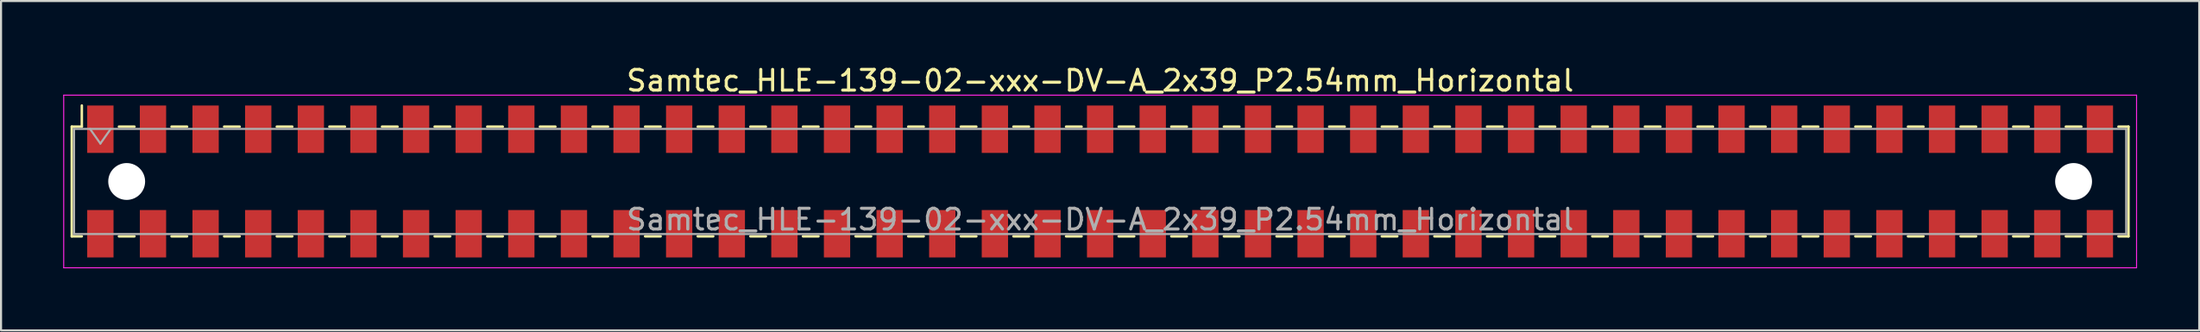
<source format=kicad_pcb>
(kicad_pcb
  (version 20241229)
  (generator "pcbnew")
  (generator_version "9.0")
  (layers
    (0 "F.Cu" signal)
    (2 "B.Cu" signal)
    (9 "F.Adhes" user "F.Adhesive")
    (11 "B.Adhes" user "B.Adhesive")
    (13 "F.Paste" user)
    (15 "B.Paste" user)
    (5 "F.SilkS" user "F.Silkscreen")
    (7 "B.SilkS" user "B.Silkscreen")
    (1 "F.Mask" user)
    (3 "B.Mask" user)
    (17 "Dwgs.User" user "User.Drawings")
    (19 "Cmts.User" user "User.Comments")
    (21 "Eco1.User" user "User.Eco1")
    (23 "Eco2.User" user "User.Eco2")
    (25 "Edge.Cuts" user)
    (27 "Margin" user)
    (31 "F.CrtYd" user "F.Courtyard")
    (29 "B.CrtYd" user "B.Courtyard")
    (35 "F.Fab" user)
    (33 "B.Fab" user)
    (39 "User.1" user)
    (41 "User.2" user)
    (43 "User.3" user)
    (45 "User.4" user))
  (footprint "Samtec_HLE-139-02-xxx-DV-A_2x39_P2.54mm_Horizontal"
    (layer "F.Cu")
    (at 50.055 5.718)
    (property "Reference" "Samtec_HLE-139-02-xxx-DV-A_2x39_P2.54mm_Horizontal" (at 0 -4.87 0) (layer "F.SilkS") (effects (font (size 1 1) (thickness 0.15))))
    (attr smd)
    (fp_line (start -49.64 -2.65) (end -49.64 2.65) (stroke (width 0.12) (type solid)) (layer "F.SilkS"))
    (fp_line (start -49.64 2.65) (end -49.155 2.65) (stroke (width 0.12) (type solid)) (layer "F.SilkS"))
    (fp_line (start -49.155 -3.67) (end -49.155 -2.65) (stroke (width 0.12) (type solid)) (layer "F.SilkS"))
    (fp_line (start -49.155 -2.65) (end -49.64 -2.65) (stroke (width 0.12) (type solid)) (layer "F.SilkS"))
    (fp_line (start -47.365 -2.65) (end -46.615 -2.65) (stroke (width 0.12) (type solid)) (layer "F.SilkS"))
    (fp_line (start -47.365 2.65) (end -46.615 2.65) (stroke (width 0.12) (type solid)) (layer "F.SilkS"))
    (fp_line (start -44.825 -2.65) (end -44.075 -2.65) (stroke (width 0.12) (type solid)) (layer "F.SilkS"))
    (fp_line (start -44.825 2.65) (end -44.075 2.65) (stroke (width 0.12) (type solid)) (layer "F.SilkS"))
    (fp_line (start -42.285 -2.65) (end -41.535 -2.65) (stroke (width 0.12) (type solid)) (layer "F.SilkS"))
    (fp_line (start -42.285 2.65) (end -41.535 2.65) (stroke (width 0.12) (type solid)) (layer "F.SilkS"))
    (fp_line (start -39.745 -2.65) (end -38.995 -2.65) (stroke (width 0.12) (type solid)) (layer "F.SilkS"))
    (fp_line (start -39.745 2.65) (end -38.995 2.65) (stroke (width 0.12) (type solid)) (layer "F.SilkS"))
    (fp_line (start -37.205 -2.65) (end -36.455 -2.65) (stroke (width 0.12) (type solid)) (layer "F.SilkS"))
    (fp_line (start -37.205 2.65) (end -36.455 2.65) (stroke (width 0.12) (type solid)) (layer "F.SilkS"))
    (fp_line (start -34.665 -2.65) (end -33.915 -2.65) (stroke (width 0.12) (type solid)) (layer "F.SilkS"))
    (fp_line (start -34.665 2.65) (end -33.915 2.65) (stroke (width 0.12) (type solid)) (layer "F.SilkS"))
    (fp_line (start -32.125 -2.65) (end -31.375 -2.65) (stroke (width 0.12) (type solid)) (layer "F.SilkS"))
    (fp_line (start -32.125 2.65) (end -31.375 2.65) (stroke (width 0.12) (type solid)) (layer "F.SilkS"))
    (fp_line (start -29.585 -2.65) (end -28.835 -2.65) (stroke (width 0.12) (type solid)) (layer "F.SilkS"))
    (fp_line (start -29.585 2.65) (end -28.835 2.65) (stroke (width 0.12) (type solid)) (layer "F.SilkS"))
    (fp_line (start -27.045 -2.65) (end -26.295 -2.65) (stroke (width 0.12) (type solid)) (layer "F.SilkS"))
    (fp_line (start -27.045 2.65) (end -26.295 2.65) (stroke (width 0.12) (type solid)) (layer "F.SilkS"))
    (fp_line (start -24.505 -2.65) (end -23.755 -2.65) (stroke (width 0.12) (type solid)) (layer "F.SilkS"))
    (fp_line (start -24.505 2.65) (end -23.755 2.65) (stroke (width 0.12) (type solid)) (layer "F.SilkS"))
    (fp_line (start -21.965 -2.65) (end -21.215 -2.65) (stroke (width 0.12) (type solid)) (layer "F.SilkS"))
    (fp_line (start -21.965 2.65) (end -21.215 2.65) (stroke (width 0.12) (type solid)) (layer "F.SilkS"))
    (fp_line (start -19.425 -2.65) (end -18.675 -2.65) (stroke (width 0.12) (type solid)) (layer "F.SilkS"))
    (fp_line (start -19.425 2.65) (end -18.675 2.65) (stroke (width 0.12) (type solid)) (layer "F.SilkS"))
    (fp_line (start -16.885 -2.65) (end -16.135 -2.65) (stroke (width 0.12) (type solid)) (layer "F.SilkS"))
    (fp_line (start -16.885 2.65) (end -16.135 2.65) (stroke (width 0.12) (type solid)) (layer "F.SilkS"))
    (fp_line (start -14.345 -2.65) (end -13.595 -2.65) (stroke (width 0.12) (type solid)) (layer "F.SilkS"))
    (fp_line (start -14.345 2.65) (end -13.595 2.65) (stroke (width 0.12) (type solid)) (layer "F.SilkS"))
    (fp_line (start -11.805 -2.65) (end -11.055 -2.65) (stroke (width 0.12) (type solid)) (layer "F.SilkS"))
    (fp_line (start -11.805 2.65) (end -11.055 2.65) (stroke (width 0.12) (type solid)) (layer "F.SilkS"))
    (fp_line (start -9.265 -2.65) (end -8.515 -2.65) (stroke (width 0.12) (type solid)) (layer "F.SilkS"))
    (fp_line (start -9.265 2.65) (end -8.515 2.65) (stroke (width 0.12) (type solid)) (layer "F.SilkS"))
    (fp_line (start -6.725 -2.65) (end -5.975 -2.65) (stroke (width 0.12) (type solid)) (layer "F.SilkS"))
    (fp_line (start -6.725 2.65) (end -5.975 2.65) (stroke (width 0.12) (type solid)) (layer "F.SilkS"))
    (fp_line (start -4.185 -2.65) (end -3.435 -2.65) (stroke (width 0.12) (type solid)) (layer "F.SilkS"))
    (fp_line (start -4.185 2.65) (end -3.435 2.65) (stroke (width 0.12) (type solid)) (layer "F.SilkS"))
    (fp_line (start -1.645 -2.65) (end -0.895 -2.65) (stroke (width 0.12) (type solid)) (layer "F.SilkS"))
    (fp_line (start -1.645 2.65) (end -0.895 2.65) (stroke (width 0.12) (type solid)) (layer "F.SilkS"))
    (fp_line (start 0.895 -2.65) (end 1.645 -2.65) (stroke (width 0.12) (type solid)) (layer "F.SilkS"))
    (fp_line (start 0.895 2.65) (end 1.645 2.65) (stroke (width 0.12) (type solid)) (layer "F.SilkS"))
    (fp_line (start 3.435 -2.65) (end 4.185 -2.65) (stroke (width 0.12) (type solid)) (layer "F.SilkS"))
    (fp_line (start 3.435 2.65) (end 4.185 2.65) (stroke (width 0.12) (type solid)) (layer "F.SilkS"))
    (fp_line (start 5.975 -2.65) (end 6.725 -2.65) (stroke (width 0.12) (type solid)) (layer "F.SilkS"))
    (fp_line (start 5.975 2.65) (end 6.725 2.65) (stroke (width 0.12) (type solid)) (layer "F.SilkS"))
    (fp_line (start 8.515 -2.65) (end 9.265 -2.65) (stroke (width 0.12) (type solid)) (layer "F.SilkS"))
    (fp_line (start 8.515 2.65) (end 9.265 2.65) (stroke (width 0.12) (type solid)) (layer "F.SilkS"))
    (fp_line (start 11.055 -2.65) (end 11.805 -2.65) (stroke (width 0.12) (type solid)) (layer "F.SilkS"))
    (fp_line (start 11.055 2.65) (end 11.805 2.65) (stroke (width 0.12) (type solid)) (layer "F.SilkS"))
    (fp_line (start 13.595 -2.65) (end 14.345 -2.65) (stroke (width 0.12) (type solid)) (layer "F.SilkS"))
    (fp_line (start 13.595 2.65) (end 14.345 2.65) (stroke (width 0.12) (type solid)) (layer "F.SilkS"))
    (fp_line (start 16.135 -2.65) (end 16.885 -2.65) (stroke (width 0.12) (type solid)) (layer "F.SilkS"))
    (fp_line (start 16.135 2.65) (end 16.885 2.65) (stroke (width 0.12) (type solid)) (layer "F.SilkS"))
    (fp_line (start 18.675 -2.65) (end 19.425 -2.65) (stroke (width 0.12) (type solid)) (layer "F.SilkS"))
    (fp_line (start 18.675 2.65) (end 19.425 2.65) (stroke (width 0.12) (type solid)) (layer "F.SilkS"))
    (fp_line (start 21.215 -2.65) (end 21.965 -2.65) (stroke (width 0.12) (type solid)) (layer "F.SilkS"))
    (fp_line (start 21.215 2.65) (end 21.965 2.65) (stroke (width 0.12) (type solid)) (layer "F.SilkS"))
    (fp_line (start 23.755 -2.65) (end 24.505 -2.65) (stroke (width 0.12) (type solid)) (layer "F.SilkS"))
    (fp_line (start 23.755 2.65) (end 24.505 2.65) (stroke (width 0.12) (type solid)) (layer "F.SilkS"))
    (fp_line (start 26.295 -2.65) (end 27.045 -2.65) (stroke (width 0.12) (type solid)) (layer "F.SilkS"))
    (fp_line (start 26.295 2.65) (end 27.045 2.65) (stroke (width 0.12) (type solid)) (layer "F.SilkS"))
    (fp_line (start 28.835 -2.65) (end 29.585 -2.65) (stroke (width 0.12) (type solid)) (layer "F.SilkS"))
    (fp_line (start 28.835 2.65) (end 29.585 2.65) (stroke (width 0.12) (type solid)) (layer "F.SilkS"))
    (fp_line (start 31.375 -2.65) (end 32.125 -2.65) (stroke (width 0.12) (type solid)) (layer "F.SilkS"))
    (fp_line (start 31.375 2.65) (end 32.125 2.65) (stroke (width 0.12) (type solid)) (layer "F.SilkS"))
    (fp_line (start 33.915 -2.65) (end 34.665 -2.65) (stroke (width 0.12) (type solid)) (layer "F.SilkS"))
    (fp_line (start 33.915 2.65) (end 34.665 2.65) (stroke (width 0.12) (type solid)) (layer "F.SilkS"))
    (fp_line (start 36.455 -2.65) (end 37.205 -2.65) (stroke (width 0.12) (type solid)) (layer "F.SilkS"))
    (fp_line (start 36.455 2.65) (end 37.205 2.65) (stroke (width 0.12) (type solid)) (layer "F.SilkS"))
    (fp_line (start 38.995 -2.65) (end 39.745 -2.65) (stroke (width 0.12) (type solid)) (layer "F.SilkS"))
    (fp_line (start 38.995 2.65) (end 39.745 2.65) (stroke (width 0.12) (type solid)) (layer "F.SilkS"))
    (fp_line (start 41.535 -2.65) (end 42.285 -2.65) (stroke (width 0.12) (type solid)) (layer "F.SilkS"))
    (fp_line (start 41.535 2.65) (end 42.285 2.65) (stroke (width 0.12) (type solid)) (layer "F.SilkS"))
    (fp_line (start 44.075 -2.65) (end 44.825 -2.65) (stroke (width 0.12) (type solid)) (layer "F.SilkS"))
    (fp_line (start 44.075 2.65) (end 44.825 2.65) (stroke (width 0.12) (type solid)) (layer "F.SilkS"))
    (fp_line (start 46.615 -2.65) (end 47.365 -2.65) (stroke (width 0.12) (type solid)) (layer "F.SilkS"))
    (fp_line (start 46.615 2.65) (end 47.365 2.65) (stroke (width 0.12) (type solid)) (layer "F.SilkS"))
    (fp_line (start 49.155 -2.65) (end 49.64 -2.65) (stroke (width 0.12) (type solid)) (layer "F.SilkS"))
    (fp_line (start 49.64 -2.65) (end 49.64 2.65) (stroke (width 0.12) (type solid)) (layer "F.SilkS"))
    (fp_line (start 49.64 2.65) (end 49.155 2.65) (stroke (width 0.12) (type solid)) (layer "F.SilkS"))
    (fp_line (start -50.03 -4.17) (end 50.03 -4.17) (stroke (width 0.05) (type solid)) (layer "F.CrtYd"))
    (fp_line (start -50.03 4.17) (end -50.03 -4.17) (stroke (width 0.05) (type solid)) (layer "F.CrtYd"))
    (fp_line (start 50.03 -4.17) (end 50.03 4.17) (stroke (width 0.05) (type solid)) (layer "F.CrtYd"))
    (fp_line (start 50.03 4.17) (end -50.03 4.17) (stroke (width 0.05) (type solid)) (layer "F.CrtYd"))
    (fp_line (start -49.53 -2.54) (end 49.53 -2.54) (stroke (width 0.1) (type solid)) (layer "F.Fab"))
    (fp_line (start -49.53 2.54) (end -49.53 -2.54) (stroke (width 0.1) (type solid)) (layer "F.Fab"))
    (fp_line (start -48.76 -2.54) (end -48.26 -1.833) (stroke (width 0.1) (type solid)) (layer "F.Fab"))
    (fp_line (start -48.26 -1.833) (end -47.76 -2.54) (stroke (width 0.1) (type solid)) (layer "F.Fab"))
    (fp_line (start 49.53 -2.54) (end 49.53 2.54) (stroke (width 0.1) (type solid)) (layer "F.Fab"))
    (fp_line (start 49.53 2.54) (end -49.53 2.54) (stroke (width 0.1) (type solid)) (layer "F.Fab"))
    (fp_text user "${REFERENCE}" (at 0 1.84 0) (layer "F.Fab") (effects (font (size 1 1) (thickness 0.15))))
    (pad "" np_thru_hole circle (at -46.99 0) (size 1.78 1.78) (drill 1.78) (layers "*.Cu" "*.Mask"))
    (pad "" np_thru_hole circle (at 46.99 0) (size 1.78 1.78) (drill 1.78) (layers "*.Cu" "*.Mask"))
    (pad "1" smd rect (at -48.26 -2.525) (size 1.27 2.29) (layers "F.Cu" "F.Mask" "F.Paste"))
    (pad "2" smd rect (at -48.26 2.525) (size 1.27 2.29) (layers "F.Cu" "F.Mask" "F.Paste"))
    (pad "3" smd rect (at -45.72 -2.525) (size 1.27 2.29) (layers "F.Cu" "F.Mask" "F.Paste"))
    (pad "4" smd rect (at -45.72 2.525) (size 1.27 2.29) (layers "F.Cu" "F.Mask" "F.Paste"))
    (pad "5" smd rect (at -43.18 -2.525) (size 1.27 2.29) (layers "F.Cu" "F.Mask" "F.Paste"))
    (pad "6" smd rect (at -43.18 2.525) (size 1.27 2.29) (layers "F.Cu" "F.Mask" "F.Paste"))
    (pad "7" smd rect (at -40.64 -2.525) (size 1.27 2.29) (layers "F.Cu" "F.Mask" "F.Paste"))
    (pad "8" smd rect (at -40.64 2.525) (size 1.27 2.29) (layers "F.Cu" "F.Mask" "F.Paste"))
    (pad "9" smd rect (at -38.1 -2.525) (size 1.27 2.29) (layers "F.Cu" "F.Mask" "F.Paste"))
    (pad "10" smd rect (at -38.1 2.525) (size 1.27 2.29) (layers "F.Cu" "F.Mask" "F.Paste"))
    (pad "11" smd rect (at -35.56 -2.525) (size 1.27 2.29) (layers "F.Cu" "F.Mask" "F.Paste"))
    (pad "12" smd rect (at -35.56 2.525) (size 1.27 2.29) (layers "F.Cu" "F.Mask" "F.Paste"))
    (pad "13" smd rect (at -33.02 -2.525) (size 1.27 2.29) (layers "F.Cu" "F.Mask" "F.Paste"))
    (pad "14" smd rect (at -33.02 2.525) (size 1.27 2.29) (layers "F.Cu" "F.Mask" "F.Paste"))
    (pad "15" smd rect (at -30.48 -2.525) (size 1.27 2.29) (layers "F.Cu" "F.Mask" "F.Paste"))
    (pad "16" smd rect (at -30.48 2.525) (size 1.27 2.29) (layers "F.Cu" "F.Mask" "F.Paste"))
    (pad "17" smd rect (at -27.94 -2.525) (size 1.27 2.29) (layers "F.Cu" "F.Mask" "F.Paste"))
    (pad "18" smd rect (at -27.94 2.525) (size 1.27 2.29) (layers "F.Cu" "F.Mask" "F.Paste"))
    (pad "19" smd rect (at -25.4 -2.525) (size 1.27 2.29) (layers "F.Cu" "F.Mask" "F.Paste"))
    (pad "20" smd rect (at -25.4 2.525) (size 1.27 2.29) (layers "F.Cu" "F.Mask" "F.Paste"))
    (pad "21" smd rect (at -22.86 -2.525) (size 1.27 2.29) (layers "F.Cu" "F.Mask" "F.Paste"))
    (pad "22" smd rect (at -22.86 2.525) (size 1.27 2.29) (layers "F.Cu" "F.Mask" "F.Paste"))
    (pad "23" smd rect (at -20.32 -2.525) (size 1.27 2.29) (layers "F.Cu" "F.Mask" "F.Paste"))
    (pad "24" smd rect (at -20.32 2.525) (size 1.27 2.29) (layers "F.Cu" "F.Mask" "F.Paste"))
    (pad "25" smd rect (at -17.78 -2.525) (size 1.27 2.29) (layers "F.Cu" "F.Mask" "F.Paste"))
    (pad "26" smd rect (at -17.78 2.525) (size 1.27 2.29) (layers "F.Cu" "F.Mask" "F.Paste"))
    (pad "27" smd rect (at -15.24 -2.525) (size 1.27 2.29) (layers "F.Cu" "F.Mask" "F.Paste"))
    (pad "28" smd rect (at -15.24 2.525) (size 1.27 2.29) (layers "F.Cu" "F.Mask" "F.Paste"))
    (pad "29" smd rect (at -12.7 -2.525) (size 1.27 2.29) (layers "F.Cu" "F.Mask" "F.Paste"))
    (pad "30" smd rect (at -12.7 2.525) (size 1.27 2.29) (layers "F.Cu" "F.Mask" "F.Paste"))
    (pad "31" smd rect (at -10.16 -2.525) (size 1.27 2.29) (layers "F.Cu" "F.Mask" "F.Paste"))
    (pad "32" smd rect (at -10.16 2.525) (size 1.27 2.29) (layers "F.Cu" "F.Mask" "F.Paste"))
    (pad "33" smd rect (at -7.62 -2.525) (size 1.27 2.29) (layers "F.Cu" "F.Mask" "F.Paste"))
    (pad "34" smd rect (at -7.62 2.525) (size 1.27 2.29) (layers "F.Cu" "F.Mask" "F.Paste"))
    (pad "35" smd rect (at -5.08 -2.525) (size 1.27 2.29) (layers "F.Cu" "F.Mask" "F.Paste"))
    (pad "36" smd rect (at -5.08 2.525) (size 1.27 2.29) (layers "F.Cu" "F.Mask" "F.Paste"))
    (pad "37" smd rect (at -2.54 -2.525) (size 1.27 2.29) (layers "F.Cu" "F.Mask" "F.Paste"))
    (pad "38" smd rect (at -2.54 2.525) (size 1.27 2.29) (layers "F.Cu" "F.Mask" "F.Paste"))
    (pad "39" smd rect (at 0 -2.525) (size 1.27 2.29) (layers "F.Cu" "F.Mask" "F.Paste"))
    (pad "40" smd rect (at 0 2.525) (size 1.27 2.29) (layers "F.Cu" "F.Mask" "F.Paste"))
    (pad "41" smd rect (at 2.54 -2.525) (size 1.27 2.29) (layers "F.Cu" "F.Mask" "F.Paste"))
    (pad "42" smd rect (at 2.54 2.525) (size 1.27 2.29) (layers "F.Cu" "F.Mask" "F.Paste"))
    (pad "43" smd rect (at 5.08 -2.525) (size 1.27 2.29) (layers "F.Cu" "F.Mask" "F.Paste"))
    (pad "44" smd rect (at 5.08 2.525) (size 1.27 2.29) (layers "F.Cu" "F.Mask" "F.Paste"))
    (pad "45" smd rect (at 7.62 -2.525) (size 1.27 2.29) (layers "F.Cu" "F.Mask" "F.Paste"))
    (pad "46" smd rect (at 7.62 2.525) (size 1.27 2.29) (layers "F.Cu" "F.Mask" "F.Paste"))
    (pad "47" smd rect (at 10.16 -2.525) (size 1.27 2.29) (layers "F.Cu" "F.Mask" "F.Paste"))
    (pad "48" smd rect (at 10.16 2.525) (size 1.27 2.29) (layers "F.Cu" "F.Mask" "F.Paste"))
    (pad "49" smd rect (at 12.7 -2.525) (size 1.27 2.29) (layers "F.Cu" "F.Mask" "F.Paste"))
    (pad "50" smd rect (at 12.7 2.525) (size 1.27 2.29) (layers "F.Cu" "F.Mask" "F.Paste"))
    (pad "51" smd rect (at 15.24 -2.525) (size 1.27 2.29) (layers "F.Cu" "F.Mask" "F.Paste"))
    (pad "52" smd rect (at 15.24 2.525) (size 1.27 2.29) (layers "F.Cu" "F.Mask" "F.Paste"))
    (pad "53" smd rect (at 17.78 -2.525) (size 1.27 2.29) (layers "F.Cu" "F.Mask" "F.Paste"))
    (pad "54" smd rect (at 17.78 2.525) (size 1.27 2.29) (layers "F.Cu" "F.Mask" "F.Paste"))
    (pad "55" smd rect (at 20.32 -2.525) (size 1.27 2.29) (layers "F.Cu" "F.Mask" "F.Paste"))
    (pad "56" smd rect (at 20.32 2.525) (size 1.27 2.29) (layers "F.Cu" "F.Mask" "F.Paste"))
    (pad "57" smd rect (at 22.86 -2.525) (size 1.27 2.29) (layers "F.Cu" "F.Mask" "F.Paste"))
    (pad "58" smd rect (at 22.86 2.525) (size 1.27 2.29) (layers "F.Cu" "F.Mask" "F.Paste"))
    (pad "59" smd rect (at 25.4 -2.525) (size 1.27 2.29) (layers "F.Cu" "F.Mask" "F.Paste"))
    (pad "60" smd rect (at 25.4 2.525) (size 1.27 2.29) (layers "F.Cu" "F.Mask" "F.Paste"))
    (pad "61" smd rect (at 27.94 -2.525) (size 1.27 2.29) (layers "F.Cu" "F.Mask" "F.Paste"))
    (pad "62" smd rect (at 27.94 2.525) (size 1.27 2.29) (layers "F.Cu" "F.Mask" "F.Paste"))
    (pad "63" smd rect (at 30.48 -2.525) (size 1.27 2.29) (layers "F.Cu" "F.Mask" "F.Paste"))
    (pad "64" smd rect (at 30.48 2.525) (size 1.27 2.29) (layers "F.Cu" "F.Mask" "F.Paste"))
    (pad "65" smd rect (at 33.02 -2.525) (size 1.27 2.29) (layers "F.Cu" "F.Mask" "F.Paste"))
    (pad "66" smd rect (at 33.02 2.525) (size 1.27 2.29) (layers "F.Cu" "F.Mask" "F.Paste"))
    (pad "67" smd rect (at 35.56 -2.525) (size 1.27 2.29) (layers "F.Cu" "F.Mask" "F.Paste"))
    (pad "68" smd rect (at 35.56 2.525) (size 1.27 2.29) (layers "F.Cu" "F.Mask" "F.Paste"))
    (pad "69" smd rect (at 38.1 -2.525) (size 1.27 2.29) (layers "F.Cu" "F.Mask" "F.Paste"))
    (pad "70" smd rect (at 38.1 2.525) (size 1.27 2.29) (layers "F.Cu" "F.Mask" "F.Paste"))
    (pad "71" smd rect (at 40.64 -2.525) (size 1.27 2.29) (layers "F.Cu" "F.Mask" "F.Paste"))
    (pad "72" smd rect (at 40.64 2.525) (size 1.27 2.29) (layers "F.Cu" "F.Mask" "F.Paste"))
    (pad "73" smd rect (at 43.18 -2.525) (size 1.27 2.29) (layers "F.Cu" "F.Mask" "F.Paste"))
    (pad "74" smd rect (at 43.18 2.525) (size 1.27 2.29) (layers "F.Cu" "F.Mask" "F.Paste"))
    (pad "75" smd rect (at 45.72 -2.525) (size 1.27 2.29) (layers "F.Cu" "F.Mask" "F.Paste"))
    (pad "76" smd rect (at 45.72 2.525) (size 1.27 2.29) (layers "F.Cu" "F.Mask" "F.Paste"))
    (pad "77" smd rect (at 48.26 -2.525) (size 1.27 2.29) (layers "F.Cu" "F.Mask" "F.Paste"))
    (pad "78" smd rect (at 48.26 2.525) (size 1.27 2.29) (layers "F.Cu" "F.Mask" "F.Paste")))
  (gr_rect
    (start -3 -3)
    (end 103.11 12.913)
    (stroke (width 0.1) (type default))
    (fill no)
    (layer "Edge.Cuts")))
</source>
